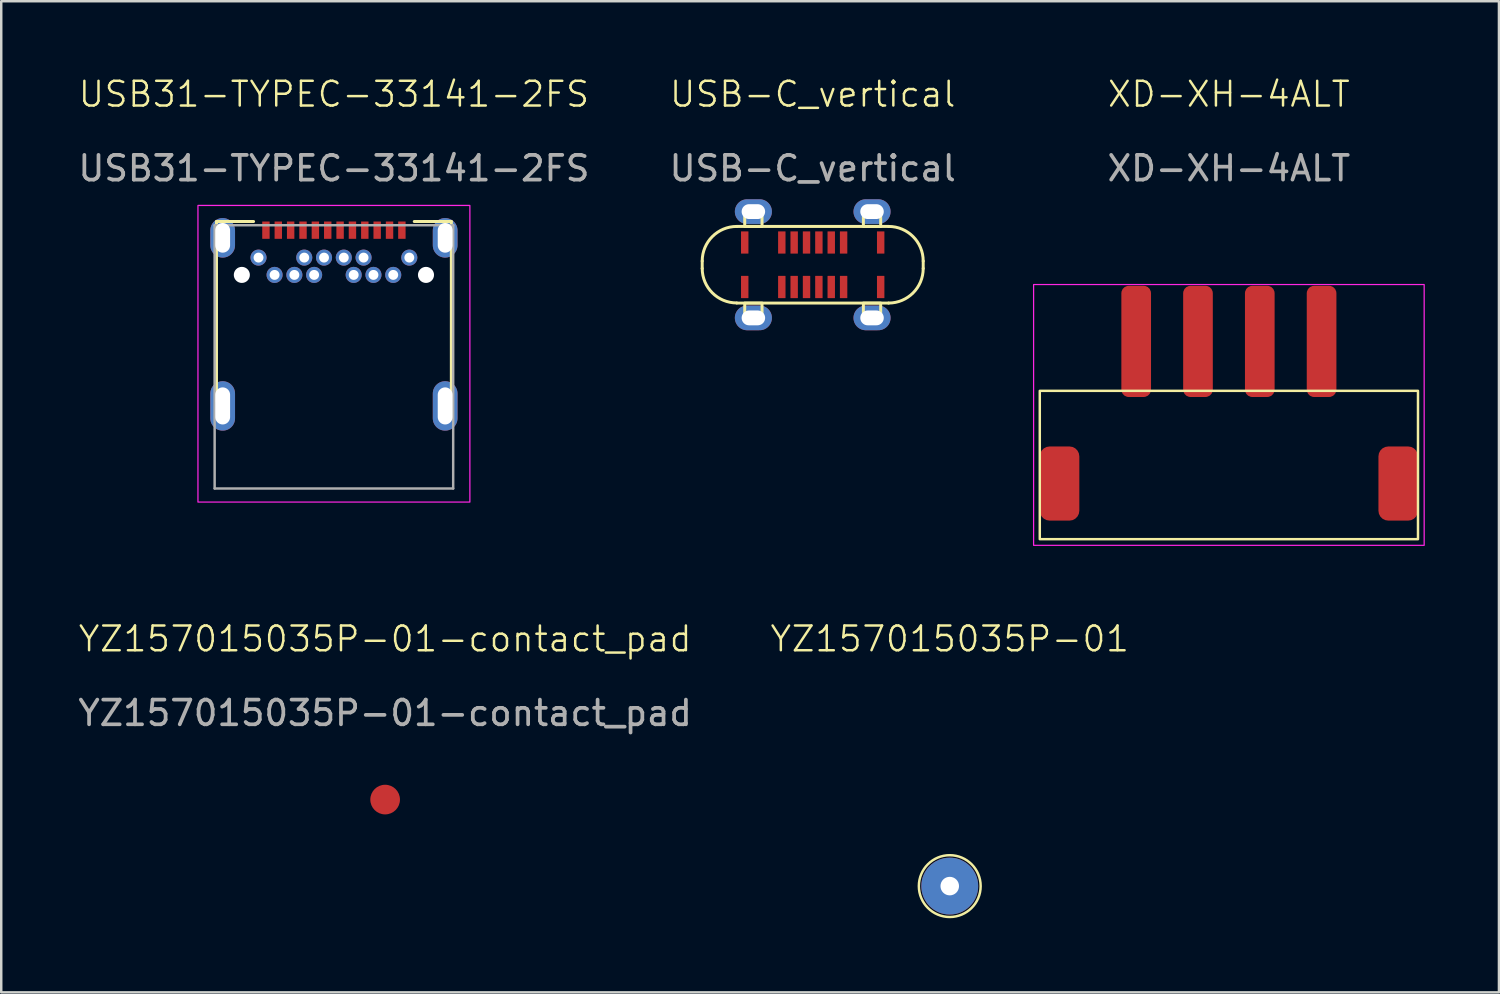
<source format=kicad_pcb>
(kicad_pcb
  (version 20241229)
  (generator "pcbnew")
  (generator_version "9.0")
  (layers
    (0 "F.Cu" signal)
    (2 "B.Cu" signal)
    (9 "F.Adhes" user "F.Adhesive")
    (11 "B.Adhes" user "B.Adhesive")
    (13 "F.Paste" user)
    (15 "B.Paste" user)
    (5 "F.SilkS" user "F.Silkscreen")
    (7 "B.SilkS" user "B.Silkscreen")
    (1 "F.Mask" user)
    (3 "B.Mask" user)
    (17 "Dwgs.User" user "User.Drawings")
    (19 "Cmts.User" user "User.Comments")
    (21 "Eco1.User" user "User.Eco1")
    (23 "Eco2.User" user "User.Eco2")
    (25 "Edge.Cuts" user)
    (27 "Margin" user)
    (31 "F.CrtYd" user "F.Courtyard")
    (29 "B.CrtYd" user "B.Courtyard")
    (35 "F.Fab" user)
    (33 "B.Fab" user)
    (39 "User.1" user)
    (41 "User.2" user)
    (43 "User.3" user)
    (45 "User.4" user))
  (footprint "YZ157015035P-01"
    (layer "F.Cu")
    (at 35.371 32.796)
    (property "Reference" "YZ157015035P-01" (at 0 -10 0) (unlocked yes) (layer "F.SilkS") (effects (font (size 1 1) (thickness 0.1))))
    (attr smd)
    (fp_circle (center 0 0) (end 1.25 0) (stroke (width 0.1) (type default)) (fill no) (layer "F.SilkS"))
    (pad "1" thru_hole circle (at 0 0) (size 2.3 2.3) (drill 0.75) (layers "*.Cu" "*.Mask")))
  (footprint "XD-XH-4ALT"
    (layer "F.Cu")
    (at 46.663 10.761)
    (property "Reference" "XD-XH-4ALT" (at 0 -10 0) (unlocked yes) (layer "F.SilkS") (effects (font (size 1 1) (thickness 0.1))))
    (attr smd)
    (fp_rect (start -7.65 8) (end 7.65 2) (stroke (width 0.1) (type default)) (fill no) (layer "F.SilkS"))
    (fp_rect (start -7.9 -2.3) (end 7.9 8.25) (stroke (width 0.05) (type default)) (fill no) (layer "F.CrtYd"))
    (fp_text user "${REFERENCE}" (at 0 -7 0) (unlocked yes) (layer "F.Fab") (effects (font (size 1 1) (thickness 0.15))))
    (pad "0" smd roundrect (at -6.85 5.75) (size 1.6 3) (layers "F.Cu" "F.Mask" "F.Paste") (roundrect_rratio 0.25))
    (pad "0" smd roundrect (at 6.85 5.75) (size 1.6 3) (layers "F.Cu" "F.Mask" "F.Paste") (roundrect_rratio 0.25))
    (pad "1" smd roundrect (at -3.75 0) (size 1.2 4.5) (layers "F.Cu" "F.Mask" "F.Paste") (roundrect_rratio 0.25))
    (pad "2" smd roundrect (at -1.25 0) (size 1.2 4.5) (layers "F.Cu" "F.Mask" "F.Paste") (roundrect_rratio 0.25))
    (pad "3" smd roundrect (at 1.25 0) (size 1.2 4.5) (layers "F.Cu" "F.Mask" "F.Paste") (roundrect_rratio 0.25))
    (pad "4" smd roundrect (at 3.75 0) (size 1.2 4.5) (layers "F.Cu" "F.Mask" "F.Paste") (roundrect_rratio 0.25)))
  (footprint "YZ157015035P-01-contact_pad"
    (layer "F.Cu")
    (at 12.53 29.296)
    (property "Reference" "YZ157015035P-01-contact_pad" (at 0 -6.5 0) (unlocked yes) (layer "F.SilkS") (effects (font (size 1 1) (thickness 0.1))))
    (attr smd)
    (fp_text user "${REFERENCE}" (at 0 -3.5 0) (unlocked yes) (layer "F.Fab") (effects (font (size 1 1) (thickness 0.15))))
    (pad "1" smd circle (at 0 0) (size 1.2 1.2) (layers "F.Cu" "F.Mask" "F.Paste")))
  (footprint "USB31-TYPEC-33141-2FS"
    (layer "F.Cu")
    (at 10.458 6.261)
    (property "Reference" "USB31-TYPEC-33141-2FS" (at 0 -5.5 0) (unlocked yes) (layer "F.SilkS") (effects (font (size 1 1) (thickness 0.1))))
    (attr smd)
    (fp_line (start -4.75 -0.35) (end -4.75 6.91) (stroke (width 0.12) (type solid)) (layer "F.SilkS"))
    (fp_line (start -4.75 -0.35) (end -3.25 -0.35) (stroke (width 0.12) (type solid)) (layer "F.SilkS"))
    (fp_line (start 3.25 -0.35) (end 4.75 -0.35) (stroke (width 0.12) (type solid)) (layer "F.SilkS"))
    (fp_line (start 4.75 -0.35) (end 4.75 6.91) (stroke (width 0.12) (type solid)) (layer "F.SilkS"))
    (fp_rect (start -5.5 -1) (end 5.5 11) (stroke (width 0.05) (type default)) (fill no) (layer "F.CrtYd"))
    (fp_line (start -4.825 -0.2) (end 4.825 -0.2) (stroke (width 0.1) (type solid)) (layer "F.Fab"))
    (fp_line (start -4.825 10.45) (end -4.825 -0.2) (stroke (width 0.1) (type solid)) (layer "F.Fab"))
    (fp_line (start -4.825 10.45) (end 4.825 10.45) (stroke (width 0.1) (type solid)) (layer "F.Fab"))
    (fp_line (start 4.825 10.45) (end 4.825 -0.2) (stroke (width 0.1) (type solid)) (layer "F.Fab"))
    (fp_text user "${REFERENCE}" (at 0 -2.5 0) (unlocked yes) (layer "F.Fab") (effects (font (size 1 1) (thickness 0.15))))
    (fp_text user "${REFERENCE}" (at 0 -2.5 0) (layer "F.Fab") (effects (font (size 1 1) (thickness 0.1))))
    (pad "" np_thru_hole circle (at -3.725 1.81) (size 0.65 0.65) (drill 0.65) (layers "*.Cu" "*.Mask"))
    (pad "" np_thru_hole circle (at 3.725 1.81) (size 0.65 0.65) (drill 0.65) (layers "*.Cu" "*.Mask"))
    (pad "A1" smd rect (at -2.75 0) (size 0.3 0.7) (layers "F.Cu" "F.Mask" "F.Paste"))
    (pad "A2" smd rect (at -2.25 0) (size 0.3 0.7) (layers "F.Cu" "F.Mask" "F.Paste"))
    (pad "A3" smd rect (at -1.75 0) (size 0.3 0.7) (layers "F.Cu" "F.Mask" "F.Paste"))
    (pad "A4" smd rect (at -1.25 0) (size 0.3 0.7) (layers "F.Cu" "F.Mask" "F.Paste"))
    (pad "A5" smd rect (at -0.75 0) (size 0.3 0.7) (layers "F.Cu" "F.Mask" "F.Paste"))
    (pad "A6" smd rect (at -0.25 0) (size 0.3 0.7) (layers "F.Cu" "F.Mask" "F.Paste"))
    (pad "A7" smd rect (at 0.25 0) (size 0.3 0.7) (layers "F.Cu" "F.Mask" "F.Paste"))
    (pad "A8" smd rect (at 0.75 0) (size 0.3 0.7) (layers "F.Cu" "F.Mask" "F.Paste"))
    (pad "A9" smd rect (at 1.25 0) (size 0.3 0.7) (layers "F.Cu" "F.Mask" "F.Paste"))
    (pad "A10" smd rect (at 1.75 0) (size 0.3 0.7) (layers "F.Cu" "F.Mask" "F.Paste"))
    (pad "A11" smd rect (at 2.25 0) (size 0.3 0.7) (layers "F.Cu" "F.Mask" "F.Paste"))
    (pad "A12" smd rect (at 2.75 0) (size 0.3 0.7) (layers "F.Cu" "F.Mask" "F.Paste"))
    (pad "B1" thru_hole circle (at 3.05 1.11) (size 0.65 0.65) (drill 0.4) (layers "*.Cu" "*.Mask"))
    (pad "B2" thru_hole circle (at 2.4 1.81) (size 0.65 0.65) (drill 0.4) (layers "*.Cu" "*.Mask"))
    (pad "B3" thru_hole circle (at 1.6 1.81) (size 0.65 0.65) (drill 0.4) (layers "*.Cu" "*.Mask"))
    (pad "B4" thru_hole circle (at 1.2 1.11) (size 0.65 0.65) (drill 0.4) (layers "*.Cu" "*.Mask"))
    (pad "B5" thru_hole circle (at 0.8 1.81) (size 0.65 0.65) (drill 0.4) (layers "*.Cu" "*.Mask"))
    (pad "B6" thru_hole circle (at 0.4 1.11) (size 0.65 0.65) (drill 0.4) (layers "*.Cu" "*.Mask"))
    (pad "B7" thru_hole circle (at -0.4 1.11) (size 0.65 0.65) (drill 0.4) (layers "*.Cu" "*.Mask"))
    (pad "B8" thru_hole circle (at -0.8 1.81) (size 0.65 0.65) (drill 0.4) (layers "*.Cu" "*.Mask"))
    (pad "B9" thru_hole circle (at -1.2 1.11) (size 0.65 0.65) (drill 0.4) (layers "*.Cu" "*.Mask"))
    (pad "B10" thru_hole circle (at -1.6 1.81) (size 0.65 0.65) (drill 0.4) (layers "*.Cu" "*.Mask"))
    (pad "B11" thru_hole circle (at -2.4 1.81) (size 0.65 0.65) (drill 0.4) (layers "*.Cu" "*.Mask"))
    (pad "B12" thru_hole circle (at -3.05 1.11) (size 0.65 0.65) (drill 0.4) (layers "*.Cu" "*.Mask"))
    (pad "S1" thru_hole oval (at -4.5 0.31) (size 1 1.6) (drill oval 0.6 1.2) (layers "*.Cu" "*.Mask"))
    (pad "S1" thru_hole oval (at -4.5 7.11) (size 1 2) (drill oval 0.6 1.5) (layers "*.Cu" "*.Mask"))
    (pad "S1" thru_hole oval (at 4.5 0.31) (size 1 1.6) (drill oval 0.6 1.2) (layers "*.Cu" "*.Mask"))
    (pad "S1" thru_hole oval (at 4.5 7.11) (size 1 2) (drill oval 0.6 1.5) (layers "*.Cu" "*.Mask")))
  (footprint "USB-C_vertical"
    (layer "F.Cu")
    (at 29.827 7.66)
    (property "Reference" "USB-C_vertical" (at 0 -6.9 0) (unlocked yes) (layer "F.SilkS") (effects (font (size 1 1) (thickness 0.1))))
    (attr through_hole)
    (fp_line (start -4.47 -0.15) (end -4.47 0.15) (stroke (width 0.12) (type solid)) (layer "F.SilkS"))
    (fp_line (start -3.07 -1.55) (end 3.07 -1.55) (stroke (width 0.12) (type solid)) (layer "F.SilkS"))
    (fp_line (start -3.07 1.55) (end 3.07 1.55) (stroke (width 0.12) (type solid)) (layer "F.SilkS"))
    (fp_line (start 4.47 -0.15) (end 4.47 0.15) (stroke (width 0.12) (type solid)) (layer "F.SilkS"))
    (fp_rect (start -2.75 1.55) (end -2.05 2.245) (stroke (width 0.12) (type solid)) (fill no) (layer "F.SilkS"))
    (fp_rect (start -2.05 -1.55) (end -2.75 -2.245) (stroke (width 0.12) (type solid)) (fill no) (layer "F.SilkS"))
    (fp_rect (start 2.05 1.55) (end 2.75 2.245) (stroke (width 0.12) (type solid)) (fill no) (layer "F.SilkS"))
    (fp_rect (start 2.75 -1.55) (end 2.05 -2.245) (stroke (width 0.12) (type solid)) (fill no) (layer "F.SilkS"))
    (fp_arc (start -4.47 -0.15) (mid -4.059949 -1.139949) (end -3.07 -1.55) (stroke (width 0.12) (type solid)) (layer "F.SilkS"))
    (fp_arc (start -3.075 1.545002) (mid -4.061414 1.136415) (end -4.47 0.15) (stroke (width 0.12) (type solid)) (layer "F.SilkS"))
    (fp_arc (start 3.07 -1.55) (mid 4.05995 -1.13995) (end 4.47 -0.15) (stroke (width 0.12) (type solid)) (layer "F.SilkS"))
    (fp_arc (start 4.47 0.15) (mid 4.05995 1.13995) (end 3.07 1.55) (stroke (width 0.12) (type solid)) (layer "F.SilkS"))
    (fp_text user "${REFERENCE}" (at 0 -3.9 0) (unlocked yes) (layer "F.Fab") (effects (font (size 1 1) (thickness 0.15))))
    (pad "A1" smd roundrect (at -2.75 -0.9 90) (size 0.9 0.3) (layers "F.Cu" "F.Mask" "F.Paste") (roundrect_rratio 0.033))
    (pad "A4" smd roundrect (at -1.25 -0.9 90) (size 0.9 0.3) (layers "F.Cu" "F.Mask" "F.Paste") (roundrect_rratio 0.033))
    (pad "A5" smd roundrect (at -0.75 -0.9 90) (size 0.9 0.3) (layers "F.Cu" "F.Mask" "F.Paste") (roundrect_rratio 0.033))
    (pad "A6" smd roundrect (at -0.25 -0.9 90) (size 0.9 0.3) (layers "F.Cu" "F.Mask" "F.Paste") (roundrect_rratio 0.033))
    (pad "A7" smd roundrect (at 0.25 -0.9 90) (size 0.9 0.3) (layers "F.Cu" "F.Mask" "F.Paste") (roundrect_rratio 0.033))
    (pad "A8" smd roundrect (at 0.75 -0.9 90) (size 0.9 0.3) (layers "F.Cu" "F.Mask" "F.Paste") (roundrect_rratio 0.033))
    (pad "A9" smd roundrect (at 1.25 -0.9 90) (size 0.9 0.3) (layers "F.Cu" "F.Mask" "F.Paste") (roundrect_rratio 0.033))
    (pad "A12" smd roundrect (at 2.75 -0.9 90) (size 0.9 0.3) (layers "F.Cu" "F.Mask" "F.Paste") (roundrect_rratio 0.033))
    (pad "B1" smd roundrect (at 2.75 0.9 90) (size 0.9 0.3) (layers "F.Cu" "F.Mask" "F.Paste") (roundrect_rratio 0.033))
    (pad "B4" smd roundrect (at 1.25 0.9 90) (size 0.9 0.3) (layers "F.Cu" "F.Mask" "F.Paste") (roundrect_rratio 0.033))
    (pad "B5" smd roundrect (at 0.75 0.9 90) (size 0.9 0.3) (layers "F.Cu" "F.Mask" "F.Paste") (roundrect_rratio 0.033))
    (pad "B6" smd roundrect (at 0.25 0.9 90) (size 0.9 0.3) (layers "F.Cu" "F.Mask" "F.Paste") (roundrect_rratio 0.033))
    (pad "B7" smd roundrect (at -0.25 0.9 90) (size 0.9 0.3) (layers "F.Cu" "F.Mask" "F.Paste") (roundrect_rratio 0.033))
    (pad "B8" smd roundrect (at -0.75 0.9 90) (size 0.9 0.3) (layers "F.Cu" "F.Mask" "F.Paste") (roundrect_rratio 0.033))
    (pad "B9" smd roundrect (at -1.25 0.9 90) (size 0.9 0.3) (layers "F.Cu" "F.Mask" "F.Paste") (roundrect_rratio 0.033))
    (pad "B12" smd roundrect (at -2.75 0.9 90) (size 0.9 0.3) (layers "F.Cu" "F.Mask" "F.Paste") (roundrect_rratio 0.033))
    (pad "S1" thru_hole oval (at -2.4 -2.15 180) (size 1.5 1) (drill oval 0.95 0.6) (layers "*.Cu" "*.Mask"))
    (pad "S1" thru_hole oval (at -2.4 2.15 180) (size 1.5 1) (drill oval 0.95 0.6) (layers "*.Cu" "*.Mask"))
    (pad "S1" thru_hole oval (at 2.4 -2.15 180) (size 1.5 1) (drill oval 0.95 0.6) (layers "*.Cu" "*.Mask"))
    (pad "S1" thru_hole oval (at 2.4 2.15 180) (size 1.5 1) (drill oval 0.95 0.6) (layers "*.Cu" "*.Mask")))
  (gr_rect
    (start -3 -3)
    (end 57.588 37.096)
    (stroke (width 0.1) (type default))
    (fill no)
    (layer "Edge.Cuts")))
</source>
